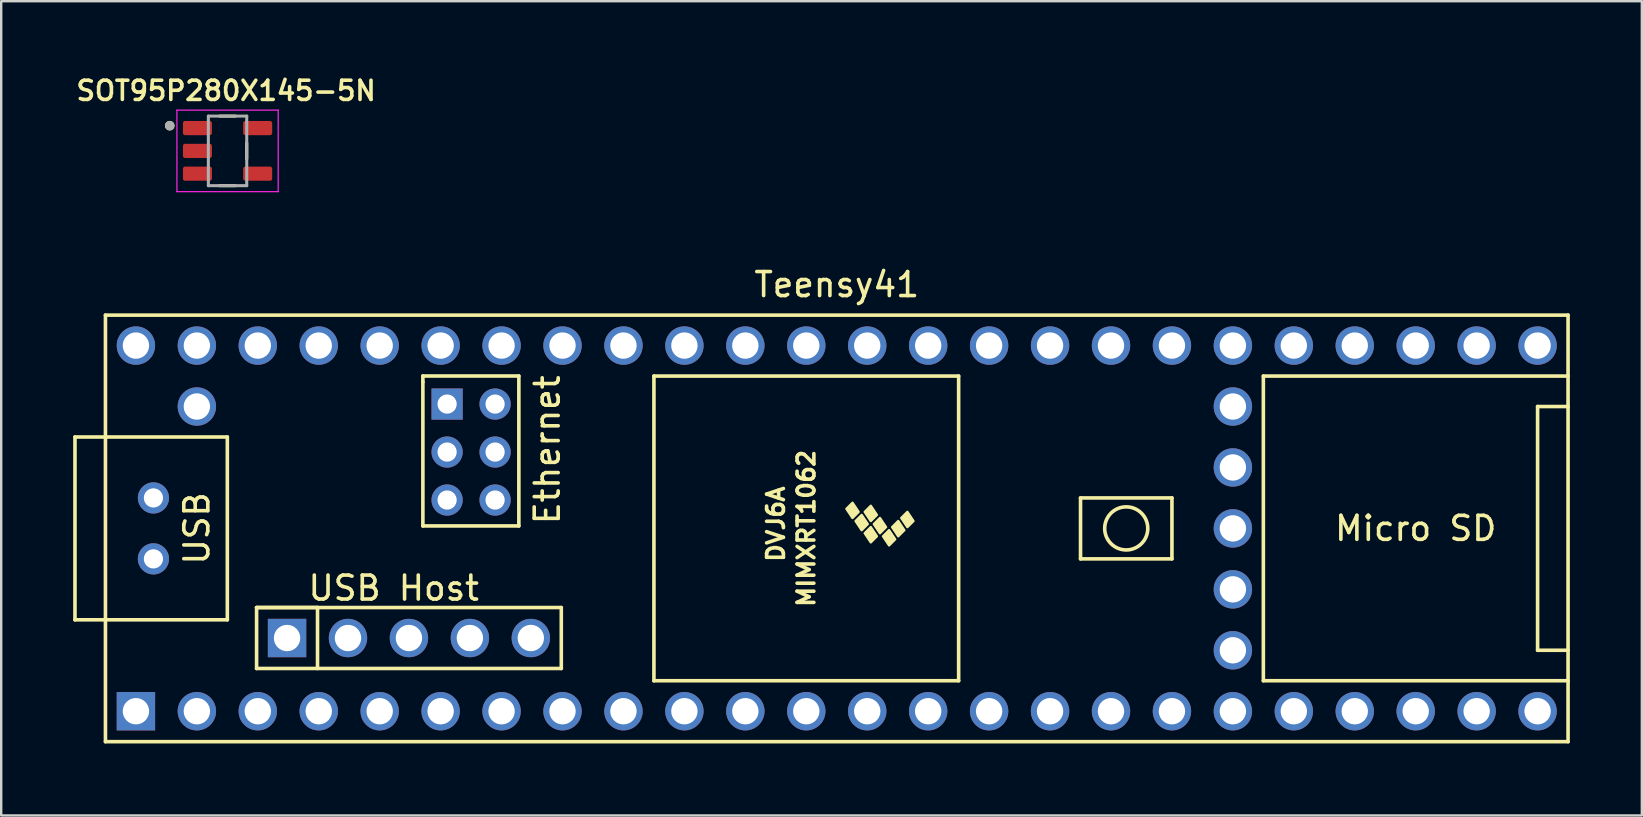
<source format=kicad_pcb>
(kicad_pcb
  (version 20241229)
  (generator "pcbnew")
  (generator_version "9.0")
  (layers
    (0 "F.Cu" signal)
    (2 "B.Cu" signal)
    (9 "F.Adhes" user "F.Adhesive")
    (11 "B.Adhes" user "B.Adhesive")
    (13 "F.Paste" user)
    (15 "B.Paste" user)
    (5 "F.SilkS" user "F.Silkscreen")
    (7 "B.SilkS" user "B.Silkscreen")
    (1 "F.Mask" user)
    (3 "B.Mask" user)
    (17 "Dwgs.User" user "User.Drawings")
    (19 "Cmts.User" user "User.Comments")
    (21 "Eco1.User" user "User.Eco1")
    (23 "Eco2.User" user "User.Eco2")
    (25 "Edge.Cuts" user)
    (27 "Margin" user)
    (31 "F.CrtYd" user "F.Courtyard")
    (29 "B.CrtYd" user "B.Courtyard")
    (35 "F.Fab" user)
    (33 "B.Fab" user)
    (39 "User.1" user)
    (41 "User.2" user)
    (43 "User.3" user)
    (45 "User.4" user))
  (footprint "Teensy41"
    (layer "F.Cu")
    (at 31.825 18.973)
    (property "Reference" "Teensy41" (at 0 -10.16 0) (layer "F.SilkS") (effects (font (size 1 1) (thickness 0.15))))
    (attr through_hole)
    (fp_line (start -31.75 -3.81) (end -30.48 -3.81) (stroke (width 0.15) (type solid)) (layer "F.SilkS"))
    (fp_line (start -31.75 3.81) (end -31.75 -3.81) (stroke (width 0.15) (type solid)) (layer "F.SilkS"))
    (fp_line (start -30.48 -8.89) (end 30.48 -8.89) (stroke (width 0.15) (type solid)) (layer "F.SilkS"))
    (fp_line (start -30.48 3.81) (end -31.75 3.81) (stroke (width 0.15) (type solid)) (layer "F.SilkS"))
    (fp_line (start -30.48 8.89) (end -30.48 -8.89) (stroke (width 0.15) (type solid)) (layer "F.SilkS"))
    (fp_line (start -25.4 -3.81) (end -30.48 -3.81) (stroke (width 0.15) (type solid)) (layer "F.SilkS"))
    (fp_line (start -25.4 3.81) (end -30.48 3.81) (stroke (width 0.15) (type solid)) (layer "F.SilkS"))
    (fp_line (start -25.4 3.81) (end -25.4 -3.81) (stroke (width 0.15) (type solid)) (layer "F.SilkS"))
    (fp_line (start -24.181 3.299) (end -21.641 3.299) (stroke (width 0.15) (type solid)) (layer "F.SilkS"))
    (fp_line (start -24.181 3.299) (end -11.481 3.299) (stroke (width 0.15) (type solid)) (layer "F.SilkS"))
    (fp_line (start -24.181 5.839) (end -24.181 3.299) (stroke (width 0.15) (type solid)) (layer "F.SilkS"))
    (fp_line (start -21.641 3.299) (end -21.641 5.839) (stroke (width 0.15) (type solid)) (layer "F.SilkS"))
    (fp_line (start -17.25 -6.352) (end -17.25 -6.102) (stroke (width 0.15) (type solid)) (layer "F.SilkS"))
    (fp_line (start -17.25 -6.102) (end -17.25 -0.102) (stroke (width 0.15) (type solid)) (layer "F.SilkS"))
    (fp_line (start -17.25 -0.102) (end -13.25 -0.102) (stroke (width 0.15) (type solid)) (layer "F.SilkS"))
    (fp_line (start -13.25 -6.352) (end -17.25 -6.352) (stroke (width 0.15) (type solid)) (layer "F.SilkS"))
    (fp_line (start -13.25 -0.102) (end -13.25 -6.352) (stroke (width 0.15) (type solid)) (layer "F.SilkS"))
    (fp_line (start -11.481 3.299) (end -11.481 5.839) (stroke (width 0.15) (type solid)) (layer "F.SilkS"))
    (fp_line (start -11.481 5.839) (end -24.181 5.839) (stroke (width 0.15) (type solid)) (layer "F.SilkS"))
    (fp_line (start -7.62 -6.35) (end -7.62 6.35) (stroke (width 0.15) (type solid)) (layer "F.SilkS"))
    (fp_line (start -7.62 6.35) (end 5.08 6.35) (stroke (width 0.15) (type solid)) (layer "F.SilkS"))
    (fp_line (start 5.08 -6.35) (end -7.62 -6.35) (stroke (width 0.15) (type solid)) (layer "F.SilkS"))
    (fp_line (start 5.08 6.35) (end 5.08 -6.35) (stroke (width 0.15) (type solid)) (layer "F.SilkS"))
    (fp_line (start 10.16 -1.27) (end 13.97 -1.27) (stroke (width 0.15) (type solid)) (layer "F.SilkS"))
    (fp_line (start 10.16 1.27) (end 10.16 -1.27) (stroke (width 0.15) (type solid)) (layer "F.SilkS"))
    (fp_line (start 13.97 -1.27) (end 13.97 1.27) (stroke (width 0.15) (type solid)) (layer "F.SilkS"))
    (fp_line (start 13.97 1.27) (end 10.16 1.27) (stroke (width 0.15) (type solid)) (layer "F.SilkS"))
    (fp_line (start 17.78 -6.35) (end 17.78 6.35) (stroke (width 0.15) (type solid)) (layer "F.SilkS"))
    (fp_line (start 17.78 6.35) (end 30.48 6.35) (stroke (width 0.15) (type solid)) (layer "F.SilkS"))
    (fp_line (start 29.21 -5.08) (end 29.21 5.08) (stroke (width 0.15) (type solid)) (layer "F.SilkS"))
    (fp_line (start 29.21 5.08) (end 30.48 5.08) (stroke (width 0.15) (type solid)) (layer "F.SilkS"))
    (fp_line (start 30.48 -8.89) (end 30.48 8.89) (stroke (width 0.15) (type solid)) (layer "F.SilkS"))
    (fp_line (start 30.48 -6.35) (end 17.78 -6.35) (stroke (width 0.15) (type solid)) (layer "F.SilkS"))
    (fp_line (start 30.48 -5.08) (end 29.21 -5.08) (stroke (width 0.15) (type solid)) (layer "F.SilkS"))
    (fp_line (start 30.48 8.89) (end -30.48 8.89) (stroke (width 0.15) (type solid)) (layer "F.SilkS"))
    (fp_circle (center 12.065 0) (end 12.7 -0.635) (stroke (width 0.15) (type solid)) (fill no) (layer "F.SilkS"))
    (fp_poly (pts (xy 0.911 -0.688) (xy 0.657 -0.434) (xy 0.403 -0.815) (xy 0.657 -1.069)) (stroke (width 0.1) (type solid)) (fill yes) (layer "F.SilkS"))
    (fp_poly (pts (xy 1.292 -0.18) (xy 1.038 0.074) (xy 0.784 -0.307) (xy 1.038 -0.561)) (stroke (width 0.1) (type solid)) (fill yes) (layer "F.SilkS"))
    (fp_poly (pts (xy 1.673 -0.561) (xy 1.419 -0.307) (xy 1.165 -0.688) (xy 1.419 -0.942)) (stroke (width 0.1) (type solid)) (fill yes) (layer "F.SilkS"))
    (fp_poly (pts (xy 1.673 0.328) (xy 1.419 0.582) (xy 1.165 0.201) (xy 1.419 -0.053)) (stroke (width 0.1) (type solid)) (fill yes) (layer "F.SilkS"))
    (fp_poly (pts (xy 2.054 -0.053) (xy 1.8 0.201) (xy 1.546 -0.18) (xy 1.8 -0.434)) (stroke (width 0.1) (type solid)) (fill yes) (layer "F.SilkS"))
    (fp_poly (pts (xy 2.435 0.455) (xy 2.181 0.709) (xy 1.927 0.328) (xy 2.181 0.074)) (stroke (width 0.1) (type solid)) (fill yes) (layer "F.SilkS"))
    (fp_poly (pts (xy 2.816 0.074) (xy 2.562 0.328) (xy 2.308 -0.053) (xy 2.562 -0.307)) (stroke (width 0.1) (type solid)) (fill yes) (layer "F.SilkS"))
    (fp_poly (pts (xy 3.197 -0.307) (xy 2.943 -0.053) (xy 2.689 -0.434) (xy 2.943 -0.688)) (stroke (width 0.1) (type solid)) (fill yes) (layer "F.SilkS"))
    (fp_text user "DVJ6A" (at -2.54 -0.18 270) (layer "F.SilkS") (effects (font (size 0.7 0.7) (thickness 0.15))))
    (fp_text user "USB Host" (at -18.466 2.489 0) (layer "F.SilkS") (effects (font (size 1 1) (thickness 0.15))))
    (fp_text user "USB" (at -26.67 0 270) (layer "F.SilkS") (effects (font (size 1 1) (thickness 0.15))))
    (fp_text user "MIMXRT1062" (at -1.27 0 270) (layer "F.SilkS") (effects (font (size 0.7 0.7) (thickness 0.15))))
    (fp_text user "Ethernet" (at -12.065 -3.277 90) (layer "F.SilkS") (effects (font (size 1 1) (thickness 0.15))))
    (fp_text user "Micro SD" (at 24.13 0 0) (layer "F.SilkS") (effects (font (size 1 1) (thickness 0.15))))
    (pad "1" thru_hole rect (at -29.21 7.62) (size 1.6 1.6) (drill 1.1) (layers "*.Cu" "*.Mask"))
    (pad "2" thru_hole circle (at -26.67 7.62) (size 1.6 1.6) (drill 1.1) (layers "*.Cu" "*.Mask"))
    (pad "3" thru_hole circle (at -24.13 7.62) (size 1.6 1.6) (drill 1.1) (layers "*.Cu" "*.Mask"))
    (pad "4" thru_hole circle (at -21.59 7.62) (size 1.6 1.6) (drill 1.1) (layers "*.Cu" "*.Mask"))
    (pad "5" thru_hole circle (at -19.05 7.62) (size 1.6 1.6) (drill 1.1) (layers "*.Cu" "*.Mask"))
    (pad "6" thru_hole circle (at -16.51 7.62) (size 1.6 1.6) (drill 1.1) (layers "*.Cu" "*.Mask"))
    (pad "7" thru_hole circle (at -13.97 7.62) (size 1.6 1.6) (drill 1.1) (layers "*.Cu" "*.Mask"))
    (pad "8" thru_hole circle (at -11.43 7.62) (size 1.6 1.6) (drill 1.1) (layers "*.Cu" "*.Mask"))
    (pad "9" thru_hole circle (at -8.89 7.62) (size 1.6 1.6) (drill 1.1) (layers "*.Cu" "*.Mask"))
    (pad "10" thru_hole circle (at -6.35 7.62) (size 1.6 1.6) (drill 1.1) (layers "*.Cu" "*.Mask"))
    (pad "11" thru_hole circle (at -3.81 7.62) (size 1.6 1.6) (drill 1.1) (layers "*.Cu" "*.Mask"))
    (pad "12" thru_hole circle (at -1.27 7.62) (size 1.6 1.6) (drill 1.1) (layers "*.Cu" "*.Mask"))
    (pad "13" thru_hole circle (at 1.27 7.62) (size 1.6 1.6) (drill 1.1) (layers "*.Cu" "*.Mask"))
    (pad "14" thru_hole circle (at 3.81 7.62) (size 1.6 1.6) (drill 1.1) (layers "*.Cu" "*.Mask"))
    (pad "15" thru_hole circle (at 6.35 7.62) (size 1.6 1.6) (drill 1.1) (layers "*.Cu" "*.Mask"))
    (pad "16" thru_hole circle (at 8.89 7.62) (size 1.6 1.6) (drill 1.1) (layers "*.Cu" "*.Mask"))
    (pad "17" thru_hole circle (at 11.43 7.62) (size 1.6 1.6) (drill 1.1) (layers "*.Cu" "*.Mask"))
    (pad "18" thru_hole circle (at 13.97 7.62) (size 1.6 1.6) (drill 1.1) (layers "*.Cu" "*.Mask"))
    (pad "19" thru_hole circle (at 16.51 7.62) (size 1.6 1.6) (drill 1.1) (layers "*.Cu" "*.Mask"))
    (pad "20" thru_hole circle (at 19.05 7.62) (size 1.6 1.6) (drill 1.1) (layers "*.Cu" "*.Mask"))
    (pad "21" thru_hole circle (at 21.59 7.62) (size 1.6 1.6) (drill 1.1) (layers "*.Cu" "*.Mask"))
    (pad "22" thru_hole circle (at 24.13 7.62) (size 1.6 1.6) (drill 1.1) (layers "*.Cu" "*.Mask"))
    (pad "23" thru_hole circle (at 26.67 7.62) (size 1.6 1.6) (drill 1.1) (layers "*.Cu" "*.Mask"))
    (pad "24" thru_hole circle (at 29.21 7.62) (size 1.6 1.6) (drill 1.1) (layers "*.Cu" "*.Mask"))
    (pad "25" thru_hole circle (at 29.21 -7.62) (size 1.6 1.6) (drill 1.1) (layers "*.Cu" "*.Mask"))
    (pad "26" thru_hole circle (at 26.67 -7.62) (size 1.6 1.6) (drill 1.1) (layers "*.Cu" "*.Mask"))
    (pad "27" thru_hole circle (at 24.13 -7.62) (size 1.6 1.6) (drill 1.1) (layers "*.Cu" "*.Mask"))
    (pad "28" thru_hole circle (at 21.59 -7.62) (size 1.6 1.6) (drill 1.1) (layers "*.Cu" "*.Mask"))
    (pad "29" thru_hole circle (at 19.05 -7.62) (size 1.6 1.6) (drill 1.1) (layers "*.Cu" "*.Mask"))
    (pad "30" thru_hole circle (at 16.51 -7.62) (size 1.6 1.6) (drill 1.1) (layers "*.Cu" "*.Mask"))
    (pad "31" thru_hole circle (at 13.97 -7.62) (size 1.6 1.6) (drill 1.1) (layers "*.Cu" "*.Mask"))
    (pad "32" thru_hole circle (at 11.43 -7.62) (size 1.6 1.6) (drill 1.1) (layers "*.Cu" "*.Mask"))
    (pad "33" thru_hole circle (at 8.89 -7.62) (size 1.6 1.6) (drill 1.1) (layers "*.Cu" "*.Mask"))
    (pad "34" thru_hole circle (at 6.35 -7.62) (size 1.6 1.6) (drill 1.1) (layers "*.Cu" "*.Mask"))
    (pad "35" thru_hole circle (at 3.81 -7.62) (size 1.6 1.6) (drill 1.1) (layers "*.Cu" "*.Mask"))
    (pad "36" thru_hole circle (at 1.27 -7.62) (size 1.6 1.6) (drill 1.1) (layers "*.Cu" "*.Mask"))
    (pad "37" thru_hole circle (at -1.27 -7.62) (size 1.6 1.6) (drill 1.1) (layers "*.Cu" "*.Mask"))
    (pad "38" thru_hole circle (at -3.81 -7.62) (size 1.6 1.6) (drill 1.1) (layers "*.Cu" "*.Mask"))
    (pad "39" thru_hole circle (at -6.35 -7.62) (size 1.6 1.6) (drill 1.1) (layers "*.Cu" "*.Mask"))
    (pad "40" thru_hole circle (at -8.89 -7.62) (size 1.6 1.6) (drill 1.1) (layers "*.Cu" "*.Mask"))
    (pad "41" thru_hole circle (at -11.43 -7.62) (size 1.6 1.6) (drill 1.1) (layers "*.Cu" "*.Mask"))
    (pad "42" thru_hole circle (at -13.97 -7.62) (size 1.6 1.6) (drill 1.1) (layers "*.Cu" "*.Mask"))
    (pad "43" thru_hole circle (at -16.51 -7.62) (size 1.6 1.6) (drill 1.1) (layers "*.Cu" "*.Mask"))
    (pad "44" thru_hole circle (at -19.05 -7.62) (size 1.6 1.6) (drill 1.1) (layers "*.Cu" "*.Mask"))
    (pad "45" thru_hole circle (at -21.59 -7.62) (size 1.6 1.6) (drill 1.1) (layers "*.Cu" "*.Mask"))
    (pad "46" thru_hole circle (at -24.13 -7.62) (size 1.6 1.6) (drill 1.1) (layers "*.Cu" "*.Mask"))
    (pad "47" thru_hole circle (at -26.67 -7.62) (size 1.6 1.6) (drill 1.1) (layers "*.Cu" "*.Mask"))
    (pad "48" thru_hole circle (at -29.21 -7.62) (size 1.6 1.6) (drill 1.1) (layers "*.Cu" "*.Mask"))
    (pad "49" thru_hole circle (at -26.67 -5.08) (size 1.6 1.6) (drill 1.1) (layers "*.Cu" "*.Mask"))
    (pad "50" thru_hole circle (at 16.51 5.08) (size 1.6 1.6) (drill 1.1) (layers "*.Cu" "*.Mask"))
    (pad "51" thru_hole circle (at 16.51 2.54) (size 1.6 1.6) (drill 1.1) (layers "*.Cu" "*.Mask"))
    (pad "52" thru_hole circle (at 16.51 0) (size 1.6 1.6) (drill 1.1) (layers "*.Cu" "*.Mask"))
    (pad "53" thru_hole circle (at 16.51 -2.54) (size 1.6 1.6) (drill 1.1) (layers "*.Cu" "*.Mask"))
    (pad "54" thru_hole circle (at 16.51 -5.08) (size 1.6 1.6) (drill 1.1) (layers "*.Cu" "*.Mask"))
    (pad "55" thru_hole rect (at -22.911 4.569) (size 1.6 1.6) (drill 1.1) (layers "*.Cu" "*.Mask"))
    (pad "56" thru_hole circle (at -20.371 4.569) (size 1.6 1.6) (drill 1.1) (layers "*.Cu" "*.Mask"))
    (pad "57" thru_hole circle (at -17.831 4.569) (size 1.6 1.6) (drill 1.1) (layers "*.Cu" "*.Mask"))
    (pad "58" thru_hole circle (at -15.291 4.569) (size 1.6 1.6) (drill 1.1) (layers "*.Cu" "*.Mask"))
    (pad "59" thru_hole circle (at -12.751 4.569) (size 1.6 1.6) (drill 1.1) (layers "*.Cu" "*.Mask"))
    (pad "60" thru_hole rect (at -16.24 -5.182) (size 1.3 1.3) (drill 0.8) (layers "*.Cu" "*.Mask"))
    (pad "61" thru_hole circle (at -16.24 -3.182) (size 1.3 1.3) (drill 0.8) (layers "*.Cu" "*.Mask"))
    (pad "62" thru_hole circle (at -16.24 -1.182) (size 1.3 1.3) (drill 0.8) (layers "*.Cu" "*.Mask"))
    (pad "63" thru_hole circle (at -14.24 -1.182) (size 1.3 1.3) (drill 0.8) (layers "*.Cu" "*.Mask"))
    (pad "64" thru_hole circle (at -14.24 -3.182) (size 1.3 1.3) (drill 0.8) (layers "*.Cu" "*.Mask"))
    (pad "65" thru_hole circle (at -14.24 -5.182) (size 1.3 1.3) (drill 0.8) (layers "*.Cu" "*.Mask"))
    (pad "66" thru_hole circle (at -28.48 -1.27) (size 1.3 1.3) (drill 0.8) (layers "*.Cu" "*.Mask"))
    (pad "67" thru_hole circle (at -28.48 1.27) (size 1.3 1.3) (drill 0.8) (layers "*.Cu" "*.Mask")))
  (footprint "SOT95P280X145-5N"
    (layer "F.Cu")
    (at 6.434 3.239)
    (property "Reference" "SOT95P280X145-5N" (at -0.06 -2.508 0) (layer "F.SilkS") (effects (font (size 0.8 0.8) (thickness 0.15))))
    (attr smd)
    (fp_line (start -0.33 -1.45) (end 0.33 -1.45) (stroke (width 0.127) (type solid)) (layer "F.SilkS"))
    (fp_line (start 0.33 1.45) (end -0.33 1.45) (stroke (width 0.127) (type solid)) (layer "F.SilkS"))
    (fp_line (start 0.8 -0.335) (end 0.8 0.335) (stroke (width 0.127) (type solid)) (layer "F.SilkS"))
    (fp_circle (center -2.41 -1.05) (end -2.31 -1.05) (stroke (width 0.2) (type solid)) (fill no) (layer "F.SilkS"))
    (fp_line (start -2.11 -1.7) (end 2.11 -1.7) (stroke (width 0.05) (type solid)) (layer "F.CrtYd"))
    (fp_line (start -2.11 1.7) (end -2.11 -1.7) (stroke (width 0.05) (type solid)) (layer "F.CrtYd"))
    (fp_line (start 2.11 -1.7) (end 2.11 1.7) (stroke (width 0.05) (type solid)) (layer "F.CrtYd"))
    (fp_line (start 2.11 1.7) (end -2.11 1.7) (stroke (width 0.05) (type solid)) (layer "F.CrtYd"))
    (fp_line (start -0.8 -1.45) (end 0.8 -1.45) (stroke (width 0.127) (type solid)) (layer "F.Fab"))
    (fp_line (start -0.8 1.45) (end -0.8 -1.45) (stroke (width 0.127) (type solid)) (layer "F.Fab"))
    (fp_line (start 0.8 -1.45) (end 0.8 1.45) (stroke (width 0.127) (type solid)) (layer "F.Fab"))
    (fp_line (start 0.8 1.45) (end -0.8 1.45) (stroke (width 0.127) (type solid)) (layer "F.Fab"))
    (fp_circle (center -2.41 -1.05) (end -2.31 -1.05) (stroke (width 0.2) (type solid)) (fill no) (layer "F.Fab"))
    (pad "1" smd roundrect (at -1.255 -0.95) (size 1.21 0.59) (layers "F.Cu" "F.Mask" "F.Paste") (roundrect_rratio 0.15))
    (pad "2" smd roundrect (at -1.255 0) (size 1.21 0.59) (layers "F.Cu" "F.Mask" "F.Paste") (roundrect_rratio 0.15))
    (pad "3" smd roundrect (at -1.255 0.95) (size 1.21 0.59) (layers "F.Cu" "F.Mask" "F.Paste") (roundrect_rratio 0.15))
    (pad "4" smd roundrect (at 1.255 0.95) (size 1.21 0.59) (layers "F.Cu" "F.Mask" "F.Paste") (roundrect_rratio 0.15))
    (pad "5" smd roundrect (at 1.255 -0.95) (size 1.21 0.59) (layers "F.Cu" "F.Mask" "F.Paste") (roundrect_rratio 0.15)))
  (gr_rect
    (start -3 -3)
    (end 65.38 30.938)
    (stroke (width 0.1) (type default))
    (fill no)
    (layer "Edge.Cuts")))
</source>
